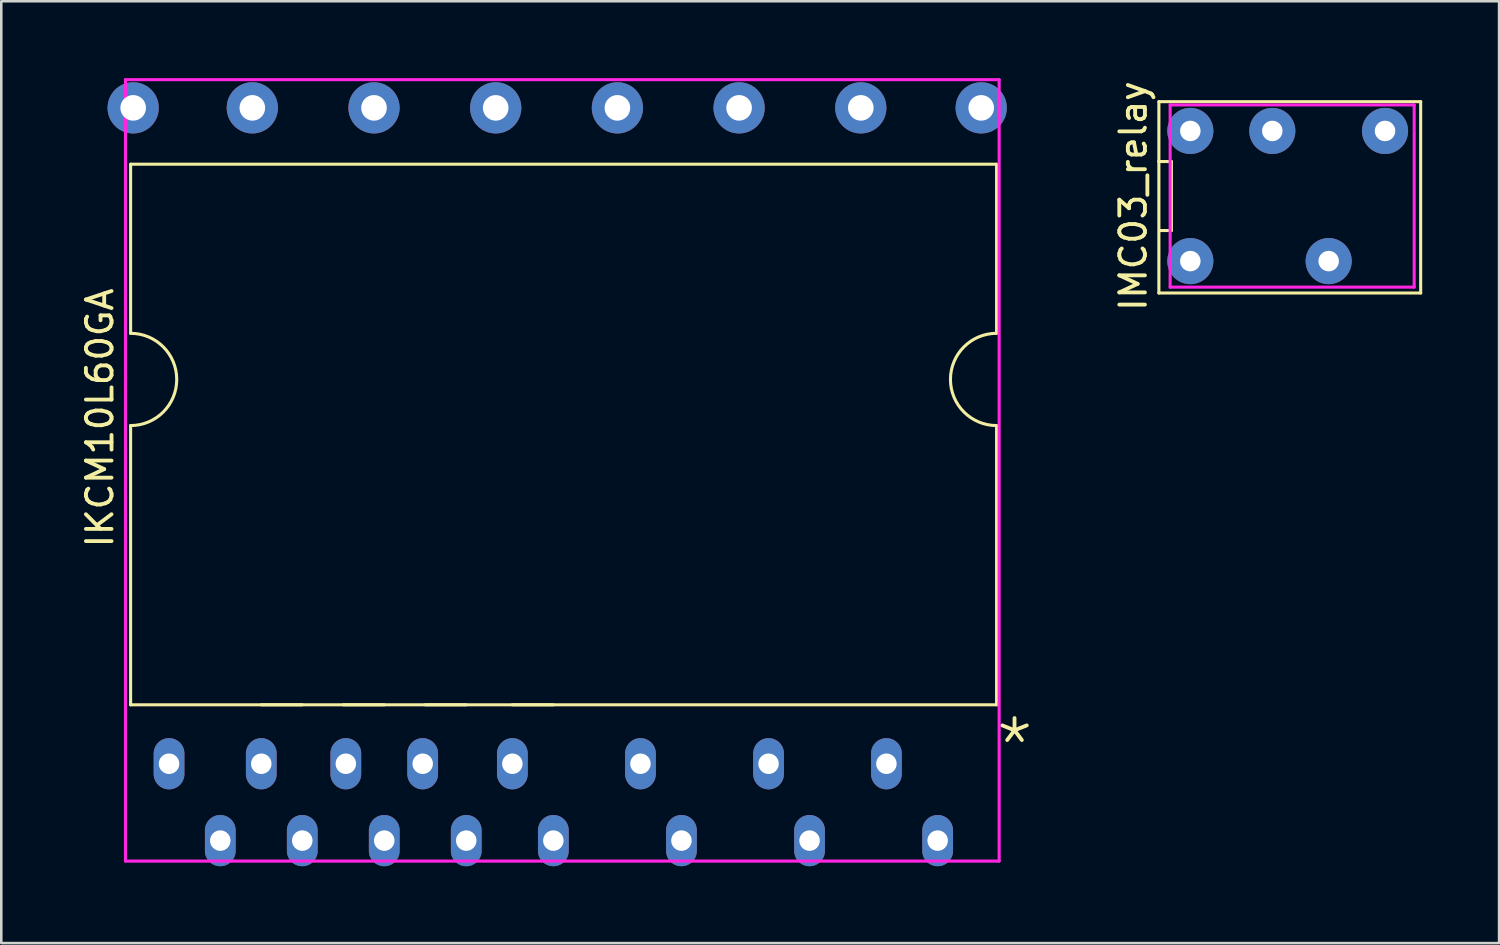
<source format=kicad_pcb>
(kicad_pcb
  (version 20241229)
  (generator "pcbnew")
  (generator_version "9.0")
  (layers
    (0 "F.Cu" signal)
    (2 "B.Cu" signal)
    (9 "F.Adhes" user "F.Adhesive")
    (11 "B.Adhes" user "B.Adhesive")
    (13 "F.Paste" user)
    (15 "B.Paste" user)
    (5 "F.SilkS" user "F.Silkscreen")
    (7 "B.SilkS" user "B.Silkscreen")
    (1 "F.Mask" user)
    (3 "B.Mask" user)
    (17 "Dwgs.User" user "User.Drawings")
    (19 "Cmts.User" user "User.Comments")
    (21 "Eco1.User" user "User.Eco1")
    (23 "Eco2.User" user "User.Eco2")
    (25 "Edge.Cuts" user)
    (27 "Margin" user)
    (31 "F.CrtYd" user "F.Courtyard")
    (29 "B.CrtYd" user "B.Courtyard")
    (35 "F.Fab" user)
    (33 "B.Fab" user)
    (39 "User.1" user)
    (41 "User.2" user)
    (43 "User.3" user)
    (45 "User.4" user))
  (footprint "IKCM10L60GA"
    (layer "F.Cu")
    (at 18.948 13.96)
    (property "Reference" "IKCM10L60GA" (at -18.1 -0.7 270) (layer "F.SilkS") (effects (font (size 1 1) (thickness 0.15))))
    (attr through_hole)
    (fp_line (start -16.9 -10.6) (end -16.9 -4) (stroke (width 0.12) (type solid)) (layer "F.SilkS"))
    (fp_line (start -16.9 -10.6) (end 16.9 -10.6) (stroke (width 0.12) (type solid)) (layer "F.SilkS"))
    (fp_line (start -16.9 -0.4) (end -16.9 10.5) (stroke (width 0.12) (type solid)) (layer "F.SilkS"))
    (fp_line (start -16.9 10.5) (end 16.9 10.5) (stroke (width 0.12) (type solid)) (layer "F.SilkS"))
    (fp_line (start -11.8 10.5) (end -10.2 10.5) (stroke (width 0.12) (type solid)) (layer "F.SilkS"))
    (fp_line (start -8.6 10.5) (end -7 10.5) (stroke (width 0.12) (type solid)) (layer "F.SilkS"))
    (fp_line (start -5.4 10.5) (end -3.8 10.5) (stroke (width 0.12) (type solid)) (layer "F.SilkS"))
    (fp_line (start -2 10.5) (end -0.4 10.5) (stroke (width 0.12) (type solid)) (layer "F.SilkS"))
    (fp_line (start 16.9 -4) (end 16.9 -10.6) (stroke (width 0.12) (type solid)) (layer "F.SilkS"))
    (fp_line (start 16.9 -0.4) (end 16.9 10.5) (stroke (width 0.12) (type solid)) (layer "F.SilkS"))
    (fp_arc (start -16.9 -4) (mid -15.1 -2.2) (end -16.9 -0.4) (stroke (width 0.12) (type solid)) (layer "F.SilkS"))
    (fp_arc (start 16.9 -0.4) (mid 15.1 -2.2) (end 16.9 -4) (stroke (width 0.12) (type solid)) (layer "F.SilkS"))
    (fp_line (start -17.1 -13.9) (end -17.1 -10.8) (stroke (width 0.12) (type solid)) (layer "F.CrtYd"))
    (fp_line (start -17.1 -10.8) (end -17.1 10.7) (stroke (width 0.12) (type solid)) (layer "F.CrtYd"))
    (fp_line (start -17.1 10.7) (end -17.1 16.6) (stroke (width 0.12) (type solid)) (layer "F.CrtYd"))
    (fp_line (start -17.1 16.6) (end 17 16.6) (stroke (width 0.12) (type solid)) (layer "F.CrtYd"))
    (fp_line (start 17 -13.9) (end -17.1 -13.9) (stroke (width 0.12) (type solid)) (layer "F.CrtYd"))
    (fp_line (start 17 16.6) (end 17 -13.9) (stroke (width 0.12) (type solid)) (layer "F.CrtYd"))
    (fp_text user "*" (at 17.6 12.1 180) (layer "F.SilkS") (effects (font (size 2 2) (thickness 0.15))))
    (pad "1" thru_hole oval (at 14.6 15.8) (size 1.2 2) (drill 0.8) (layers "*.Cu" "*.Mask"))
    (pad "2" thru_hole oval (at 12.6 12.8) (size 1.2 2) (drill 0.8) (layers "*.Cu" "*.Mask"))
    (pad "3" thru_hole oval (at 9.6 15.8) (size 1.2 2) (drill 0.8) (layers "*.Cu" "*.Mask"))
    (pad "4" thru_hole oval (at 8 12.8) (size 1.2 2) (drill 0.8) (layers "*.Cu" "*.Mask"))
    (pad "5" thru_hole oval (at 4.6 15.8) (size 1.2 2) (drill 0.8) (layers "*.Cu" "*.Mask"))
    (pad "6" thru_hole oval (at 3 12.8) (size 1.2 2) (drill 0.8) (layers "*.Cu" "*.Mask"))
    (pad "7" thru_hole oval (at -0.4 15.8) (size 1.2 2) (drill 0.8) (layers "*.Cu" "*.Mask"))
    (pad "8" thru_hole oval (at -2 12.8) (size 1.2 2) (drill 0.8) (layers "*.Cu" "*.Mask"))
    (pad "9" thru_hole oval (at -3.8 15.8) (size 1.2 2) (drill 0.8) (layers "*.Cu" "*.Mask"))
    (pad "10" thru_hole oval (at -5.5 12.8) (size 1.2 2) (drill 0.8) (layers "*.Cu" "*.Mask"))
    (pad "11" thru_hole oval (at -7 15.8) (size 1.2 2) (drill 0.8) (layers "*.Cu" "*.Mask"))
    (pad "12" thru_hole oval (at -8.5 12.8) (size 1.2 2) (drill 0.8) (layers "*.Cu" "*.Mask"))
    (pad "13" thru_hole oval (at -10.2 15.8) (size 1.2 2) (drill 0.8) (layers "*.Cu" "*.Mask"))
    (pad "14" thru_hole oval (at -11.8 12.8) (size 1.2 2) (drill 0.8) (layers "*.Cu" "*.Mask"))
    (pad "15" thru_hole oval (at -13.4 15.8) (size 1.2 2) (drill 0.8) (layers "*.Cu" "*.Mask"))
    (pad "16" thru_hole oval (at -15.4 12.8) (size 1.2 2) (drill 0.8) (layers "*.Cu" "*.Mask"))
    (pad "17" thru_hole oval (at -16.8 -12.8) (size 2 2) (drill 1) (layers "*.Cu" "*.Mask"))
    (pad "18" thru_hole oval (at -12.15 -12.8) (size 2 2) (drill 1) (layers "*.Cu" "*.Mask"))
    (pad "19" thru_hole oval (at -7.4 -12.8) (size 2 2) (drill 1) (layers "*.Cu" "*.Mask"))
    (pad "20" thru_hole oval (at -2.65 -12.8) (size 2 2) (drill 1) (layers "*.Cu" "*.Mask"))
    (pad "21" thru_hole oval (at 2.1 -12.8) (size 2 2) (drill 1) (layers "*.Cu" "*.Mask"))
    (pad "22" thru_hole oval (at 6.85 -12.8) (size 2 2) (drill 1) (layers "*.Cu" "*.Mask"))
    (pad "23" thru_hole oval (at 11.6 -12.8) (size 2 2) (drill 1) (layers "*.Cu" "*.Mask"))
    (pad "24" thru_hole oval (at 16.3 -12.8) (size 2 2) (drill 1) (layers "*.Cu" "*.Mask")))
  (footprint "IMC03_relay"
    (layer "F.Cu")
    (at 48.21 4.601)
    (property "Reference" "IMC03_relay" (at -7.027 0 90) (layer "F.SilkS") (effects (font (size 1 1) (thickness 0.15))))
    (attr through_hole)
    (fp_line (start -6.027 -3.683) (end -6.027 -1.347) (stroke (width 0.12) (type solid)) (layer "F.SilkS"))
    (fp_line (start -6.027 -1.347) (end -6.027 3.786) (stroke (width 0.12) (type solid)) (layer "F.SilkS"))
    (fp_line (start -6.027 -1.347) (end -5.54 -1.347) (stroke (width 0.12) (type solid)) (layer "F.SilkS"))
    (fp_line (start -6.027 3.786) (end 4.191 3.786) (stroke (width 0.12) (type solid)) (layer "F.SilkS"))
    (fp_line (start -5.54 -1.347) (end -5.54 1.347) (stroke (width 0.12) (type solid)) (layer "F.SilkS"))
    (fp_line (start -5.54 1.347) (end -5.969 1.347) (stroke (width 0.12) (type solid)) (layer "F.SilkS"))
    (fp_line (start 4.191 -3.683) (end -6.027 -3.683) (stroke (width 0.12) (type solid)) (layer "F.SilkS"))
    (fp_line (start 4.191 3.786) (end 4.191 -3.683) (stroke (width 0.12) (type solid)) (layer "F.SilkS"))
    (fp_line (start -5.588 -3.556) (end 3.937 -3.556) (stroke (width 0.12) (type solid)) (layer "F.CrtYd"))
    (fp_line (start -5.588 3.556) (end -5.588 -3.556) (stroke (width 0.12) (type solid)) (layer "F.CrtYd"))
    (fp_line (start 3.937 -3.556) (end 3.937 3.556) (stroke (width 0.12) (type solid)) (layer "F.CrtYd"))
    (fp_line (start 3.937 3.556) (end -5.588 3.556) (stroke (width 0.12) (type solid)) (layer "F.CrtYd"))
    (pad "1" thru_hole oval (at -4.8 2.54) (size 1.8 1.8) (drill 0.8) (layers "*.Cu" "*.Mask"))
    (pad "3" thru_hole oval (at 0.6 2.54) (size 1.8 1.8) (drill 0.8) (layers "*.Cu" "*.Mask"))
    (pad "5" thru_hole oval (at 2.8 -2.54) (size 1.8 1.8) (drill 0.8) (layers "*.Cu" "*.Mask"))
    (pad "7" thru_hole oval (at -1.6 -2.54) (size 1.8 1.8) (drill 0.8) (layers "*.Cu" "*.Mask"))
    (pad "8" thru_hole oval (at -4.8 -2.54) (size 1.8 1.8) (drill 0.8) (layers "*.Cu" "*.Mask")))
  (gr_rect
    (start -3 -3)
    (end 55.461 33.76)
    (stroke (width 0.1) (type default))
    (fill no)
    (layer "Edge.Cuts")))
</source>
